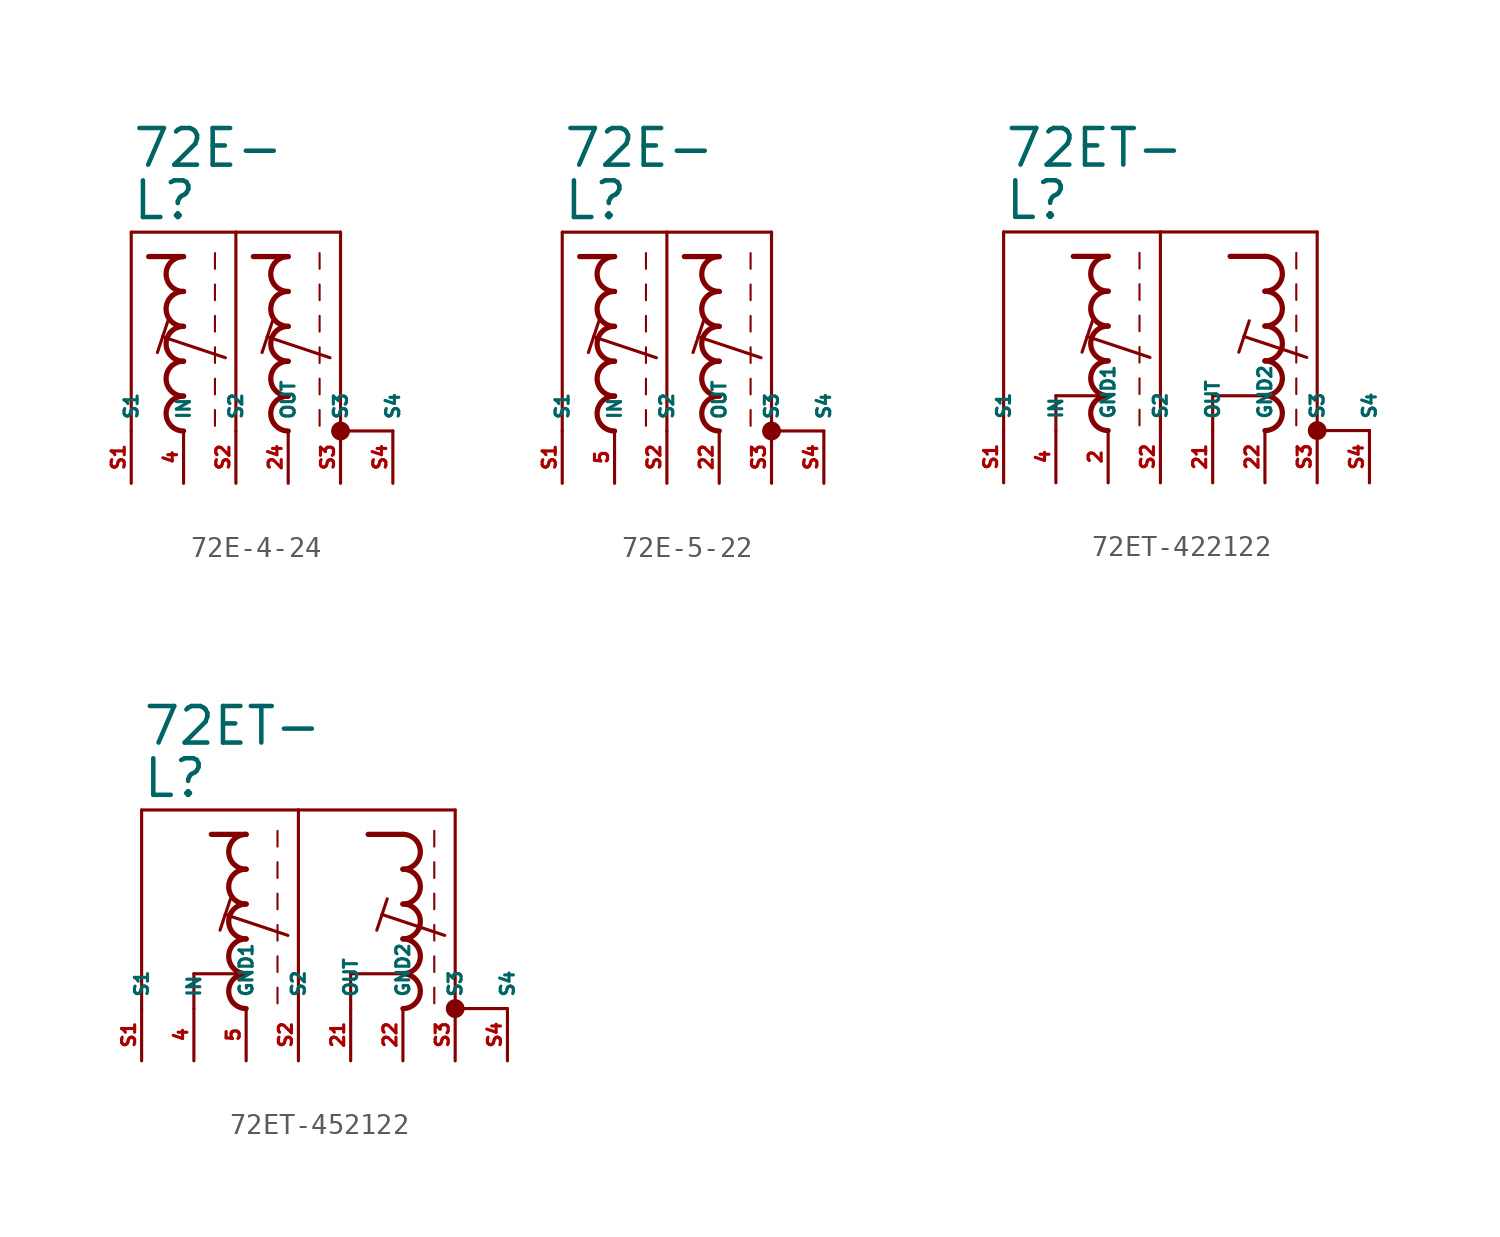
<source format=kicad_sym>
(kicad_symbol_lib
  (version 20220914)
  (generator kicad_symbol_editor)
  (symbol "72E-4-24"
    (property "Reference" "L"
      (at -5.08 7.62 0)
      (effects (font (size 1.778 1.778) (thickness 0.22)) (justify left bottom)))
    (property "Value" "72E-"
      (at -5.08 10.16 0)
      (effects (font (size 1.778 1.778) (thickness 0.22)) (justify left bottom)))
    (symbol "72E-4-24_1_1"
      (arc (start -2.54 -0.8466) (mid -3.3864 -1.6933) (end -2.54 -2.54) (stroke (width 0.254) (type default)) (fill (type none)))
      (arc (start -2.54 0.8466) (mid -3.3862 0) (end -2.54 -0.8466) (stroke (width 0.254) (type default)) (fill (type none)))
      (arc (start -2.54 2.54) (mid -3.3864 1.6933) (end -2.54 0.8466) (stroke (width 0.254) (type default)) (fill (type none)))
      (arc (start -2.54 4.2334) (mid -3.3864 3.3867) (end -2.54 2.54) (stroke (width 0.254) (type default)) (fill (type none)))
      (arc (start -2.54 5.9266) (mid -3.3862 5.08) (end -2.54 4.2334) (stroke (width 0.254) (type default)) (fill (type none)))
      (polyline (pts (xy -5.08 -2.54) (xy -5.08 7.112)) (stroke (width 0.152) (type default)) (fill (type none)))
      (polyline (pts (xy -5.08 7.112) (xy 0 7.112)) (stroke (width 0.152) (type default)) (fill (type none)))
      (polyline (pts (xy -3.556 2.032) (xy -3.81 1.27)) (stroke (width 0.152) (type default)) (fill (type none)))
      (polyline (pts (xy -3.302 2.794) (xy -3.556 2.032)) (stroke (width 0.152) (type default)) (fill (type none)))
      (polyline (pts (xy -2.54 5.927) (xy -4.233 5.927)) (stroke (width 0.254) (type default)) (fill (type none)))
      (polyline (pts (xy -1.016 -1.524) (xy -1.016 -2.286)) (stroke (width 0.102) (type default)) (fill (type none)))
      (polyline (pts (xy -1.016 0) (xy -1.016 -0.762)) (stroke (width 0.102) (type default)) (fill (type none)))
      (polyline (pts (xy -1.016 1.524) (xy -1.016 0.762)) (stroke (width 0.102) (type default)) (fill (type none)))
      (polyline (pts (xy -1.016 3.048) (xy -1.016 2.286)) (stroke (width 0.102) (type default)) (fill (type none)))
      (polyline (pts (xy -1.016 4.572) (xy -1.016 3.81)) (stroke (width 0.102) (type default)) (fill (type none)))
      (polyline (pts (xy -1.016 6.096) (xy -1.016 5.334)) (stroke (width 0.102) (type default)) (fill (type none)))
      (polyline (pts (xy -0.508 1.016) (xy -3.556 2.032)) (stroke (width 0.152) (type default)) (fill (type none)))
      (polyline (pts (xy 0 7.112) (xy 0 -2.54)) (stroke (width 0.152) (type default)) (fill (type none)))
      (polyline (pts (xy 0 7.112) (xy 5.08 7.112)) (stroke (width 0.152) (type default)) (fill (type none)))
      (polyline (pts (xy 1.524 2.032) (xy 1.27 1.27)) (stroke (width 0.152) (type default)) (fill (type none)))
      (polyline (pts (xy 1.778 2.794) (xy 1.524 2.032)) (stroke (width 0.152) (type default)) (fill (type none)))
      (polyline (pts (xy 2.54 5.927) (xy 0.847 5.927)) (stroke (width 0.254) (type default)) (fill (type none)))
      (polyline (pts (xy 4.064 -1.524) (xy 4.064 -2.286)) (stroke (width 0.102) (type default)) (fill (type none)))
      (polyline (pts (xy 4.064 0) (xy 4.064 -0.762)) (stroke (width 0.102) (type default)) (fill (type none)))
      (polyline (pts (xy 4.064 1.524) (xy 4.064 0.762)) (stroke (width 0.102) (type default)) (fill (type none)))
      (polyline (pts (xy 4.064 3.048) (xy 4.064 2.286)) (stroke (width 0.102) (type default)) (fill (type none)))
      (polyline (pts (xy 4.064 4.572) (xy 4.064 3.81)) (stroke (width 0.102) (type default)) (fill (type none)))
      (polyline (pts (xy 4.064 6.096) (xy 4.064 5.334)) (stroke (width 0.102) (type default)) (fill (type none)))
      (polyline (pts (xy 4.572 1.016) (xy 1.524 2.032)) (stroke (width 0.152) (type default)) (fill (type none)))
      (polyline (pts (xy 5.08 7.112) (xy 5.08 -2.54)) (stroke (width 0.152) (type default)) (fill (type none)))
      (polyline (pts (xy 7.62 -2.54) (xy 5.08 -2.54)) (stroke (width 0.152) (type default)) (fill (type none)))
      (arc (start 2.54 -0.8466) (mid 1.6936 -1.6933) (end 2.54 -2.54) (stroke (width 0.254) (type default)) (fill (type none)))
      (arc (start 2.54 0.8466) (mid 1.6938 0) (end 2.54 -0.8466) (stroke (width 0.254) (type default)) (fill (type none)))
      (arc (start 2.54 2.54) (mid 1.6936 1.6933) (end 2.54 0.8466) (stroke (width 0.254) (type default)) (fill (type none)))
      (arc (start 2.54 4.2334) (mid 1.6936 3.3867) (end 2.54 2.54) (stroke (width 0.254) (type default)) (fill (type none)))
      (arc (start 2.54 5.9266) (mid 1.6938 5.08) (end 2.54 4.2334) (stroke (width 0.254) (type default)) (fill (type none)))
      (circle (center 5.08 -2.54) (radius 0.254) (stroke (width 0.406) (type default)) (fill (type none)))
      (pin passive line (at 2.54 -5.08 90) (length 2.54) (name "OUT" (effects (font (size 0.635 0.635)))) (number "24" (effects (font (size 0.635 0.635)))))
      (pin passive line (at -2.54 -5.08 90) (length 2.54) (name "IN" (effects (font (size 0.635 0.635)))) (number "4" (effects (font (size 0.635 0.635)))))
      (pin passive line (at -5.08 -5.08 90) (length 2.54) (name "S1" (effects (font (size 0.635 0.635)))) (number "S1" (effects (font (size 0.635 0.635)))))
      (pin passive line (at 0 -5.08 90) (length 2.54) (name "S2" (effects (font (size 0.635 0.635)))) (number "S2" (effects (font (size 0.635 0.635)))))
      (pin passive line (at 5.08 -5.08 90) (length 2.54) (name "S3" (effects (font (size 0.635 0.635)))) (number "S3" (effects (font (size 0.635 0.635)))))
      (pin passive line (at 7.62 -5.08 90) (length 2.54) (name "S4" (effects (font (size 0.635 0.635)))) (number "S4" (effects (font (size 0.635 0.635)))))))
  (symbol "72E-5-22"
    (property "Reference" "L"
      (at -5.08 7.62 0)
      (effects (font (size 1.778 1.778) (thickness 0.22)) (justify left bottom)))
    (property "Value" "72E-"
      (at -5.08 10.16 0)
      (effects (font (size 1.778 1.778) (thickness 0.22)) (justify left bottom)))
    (symbol "72E-5-22_1_1"
      (arc (start -2.54 -0.8466) (mid -3.3864 -1.6933) (end -2.54 -2.54) (stroke (width 0.254) (type default)) (fill (type none)))
      (arc (start -2.54 0.8466) (mid -3.3862 0) (end -2.54 -0.8466) (stroke (width 0.254) (type default)) (fill (type none)))
      (arc (start -2.54 2.54) (mid -3.3864 1.6933) (end -2.54 0.8466) (stroke (width 0.254) (type default)) (fill (type none)))
      (arc (start -2.54 4.2334) (mid -3.3864 3.3867) (end -2.54 2.54) (stroke (width 0.254) (type default)) (fill (type none)))
      (arc (start -2.54 5.9266) (mid -3.3862 5.08) (end -2.54 4.2334) (stroke (width 0.254) (type default)) (fill (type none)))
      (polyline (pts (xy -5.08 -2.54) (xy -5.08 7.112)) (stroke (width 0.152) (type default)) (fill (type none)))
      (polyline (pts (xy -5.08 7.112) (xy 0 7.112)) (stroke (width 0.152) (type default)) (fill (type none)))
      (polyline (pts (xy -3.556 2.032) (xy -3.81 1.27)) (stroke (width 0.152) (type default)) (fill (type none)))
      (polyline (pts (xy -3.302 2.794) (xy -3.556 2.032)) (stroke (width 0.152) (type default)) (fill (type none)))
      (polyline (pts (xy -2.54 5.927) (xy -4.233 5.927)) (stroke (width 0.254) (type default)) (fill (type none)))
      (polyline (pts (xy -1.016 -1.524) (xy -1.016 -2.286)) (stroke (width 0.102) (type default)) (fill (type none)))
      (polyline (pts (xy -1.016 0) (xy -1.016 -0.762)) (stroke (width 0.102) (type default)) (fill (type none)))
      (polyline (pts (xy -1.016 1.524) (xy -1.016 0.762)) (stroke (width 0.102) (type default)) (fill (type none)))
      (polyline (pts (xy -1.016 3.048) (xy -1.016 2.286)) (stroke (width 0.102) (type default)) (fill (type none)))
      (polyline (pts (xy -1.016 4.572) (xy -1.016 3.81)) (stroke (width 0.102) (type default)) (fill (type none)))
      (polyline (pts (xy -1.016 6.096) (xy -1.016 5.334)) (stroke (width 0.102) (type default)) (fill (type none)))
      (polyline (pts (xy -0.508 1.016) (xy -3.556 2.032)) (stroke (width 0.152) (type default)) (fill (type none)))
      (polyline (pts (xy 0 7.112) (xy 0 -2.54)) (stroke (width 0.152) (type default)) (fill (type none)))
      (polyline (pts (xy 0 7.112) (xy 5.08 7.112)) (stroke (width 0.152) (type default)) (fill (type none)))
      (polyline (pts (xy 1.524 2.032) (xy 1.27 1.27)) (stroke (width 0.152) (type default)) (fill (type none)))
      (polyline (pts (xy 1.778 2.794) (xy 1.524 2.032)) (stroke (width 0.152) (type default)) (fill (type none)))
      (polyline (pts (xy 2.54 5.927) (xy 0.847 5.927)) (stroke (width 0.254) (type default)) (fill (type none)))
      (polyline (pts (xy 4.064 -1.524) (xy 4.064 -2.286)) (stroke (width 0.102) (type default)) (fill (type none)))
      (polyline (pts (xy 4.064 0) (xy 4.064 -0.762)) (stroke (width 0.102) (type default)) (fill (type none)))
      (polyline (pts (xy 4.064 1.524) (xy 4.064 0.762)) (stroke (width 0.102) (type default)) (fill (type none)))
      (polyline (pts (xy 4.064 3.048) (xy 4.064 2.286)) (stroke (width 0.102) (type default)) (fill (type none)))
      (polyline (pts (xy 4.064 4.572) (xy 4.064 3.81)) (stroke (width 0.102) (type default)) (fill (type none)))
      (polyline (pts (xy 4.064 6.096) (xy 4.064 5.334)) (stroke (width 0.102) (type default)) (fill (type none)))
      (polyline (pts (xy 4.572 1.016) (xy 1.524 2.032)) (stroke (width 0.152) (type default)) (fill (type none)))
      (polyline (pts (xy 5.08 7.112) (xy 5.08 -2.54)) (stroke (width 0.152) (type default)) (fill (type none)))
      (polyline (pts (xy 7.62 -2.54) (xy 5.08 -2.54)) (stroke (width 0.152) (type default)) (fill (type none)))
      (arc (start 2.54 -0.8466) (mid 1.6936 -1.6933) (end 2.54 -2.54) (stroke (width 0.254) (type default)) (fill (type none)))
      (arc (start 2.54 0.8466) (mid 1.6938 0) (end 2.54 -0.8466) (stroke (width 0.254) (type default)) (fill (type none)))
      (arc (start 2.54 2.54) (mid 1.6936 1.6933) (end 2.54 0.8466) (stroke (width 0.254) (type default)) (fill (type none)))
      (arc (start 2.54 4.2334) (mid 1.6936 3.3867) (end 2.54 2.54) (stroke (width 0.254) (type default)) (fill (type none)))
      (arc (start 2.54 5.9266) (mid 1.6938 5.08) (end 2.54 4.2334) (stroke (width 0.254) (type default)) (fill (type none)))
      (circle (center 5.08 -2.54) (radius 0.254) (stroke (width 0.406) (type default)) (fill (type none)))
      (pin passive line (at 2.54 -5.08 90) (length 2.54) (name "OUT" (effects (font (size 0.635 0.635)))) (number "22" (effects (font (size 0.635 0.635)))))
      (pin passive line (at -2.54 -5.08 90) (length 2.54) (name "IN" (effects (font (size 0.635 0.635)))) (number "5" (effects (font (size 0.635 0.635)))))
      (pin passive line (at -5.08 -5.08 90) (length 2.54) (name "S1" (effects (font (size 0.635 0.635)))) (number "S1" (effects (font (size 0.635 0.635)))))
      (pin passive line (at 0 -5.08 90) (length 2.54) (name "S2" (effects (font (size 0.635 0.635)))) (number "S2" (effects (font (size 0.635 0.635)))))
      (pin passive line (at 5.08 -5.08 90) (length 2.54) (name "S3" (effects (font (size 0.635 0.635)))) (number "S3" (effects (font (size 0.635 0.635)))))
      (pin passive line (at 7.62 -5.08 90) (length 2.54) (name "S4" (effects (font (size 0.635 0.635)))) (number "S4" (effects (font (size 0.635 0.635)))))))
  (symbol "72ET-422122"
    (property "Reference" "L"
      (at -7.62 7.62 0)
      (effects (font (size 1.778 1.778) (thickness 0.22)) (justify left bottom)))
    (property "Value" "72ET-"
      (at -7.62 10.16 0)
      (effects (font (size 1.778 1.778) (thickness 0.22)) (justify left bottom)))
    (symbol "72ET-422122_1_1"
      (arc (start -2.54 -0.8466) (mid -3.3864 -1.6933) (end -2.54 -2.54) (stroke (width 0.254) (type default)) (fill (type none)))
      (arc (start -2.54 0.8466) (mid -3.3862 0) (end -2.54 -0.8466) (stroke (width 0.254) (type default)) (fill (type none)))
      (arc (start -2.54 2.54) (mid -3.3864 1.6933) (end -2.54 0.8466) (stroke (width 0.254) (type default)) (fill (type none)))
      (arc (start -2.54 4.2334) (mid -3.3864 3.3867) (end -2.54 2.54) (stroke (width 0.254) (type default)) (fill (type none)))
      (arc (start -2.54 5.9266) (mid -3.3862 5.08) (end -2.54 4.2334) (stroke (width 0.254) (type default)) (fill (type none)))
      (polyline (pts (xy -7.62 -2.54) (xy -7.62 7.112)) (stroke (width 0.152) (type default)) (fill (type none)))
      (polyline (pts (xy -7.62 7.112) (xy 0 7.112)) (stroke (width 0.152) (type default)) (fill (type none)))
      (polyline (pts (xy -5.08 -2.54) (xy -5.08 -0.847)) (stroke (width 0.152) (type default)) (fill (type none)))
      (polyline (pts (xy -5.08 -0.847) (xy -2.54 -0.847)) (stroke (width 0.152) (type default)) (fill (type none)))
      (polyline (pts (xy -3.556 2.032) (xy -3.81 1.27)) (stroke (width 0.152) (type default)) (fill (type none)))
      (polyline (pts (xy -3.302 2.794) (xy -3.556 2.032)) (stroke (width 0.152) (type default)) (fill (type none)))
      (polyline (pts (xy -2.54 5.927) (xy -4.233 5.927)) (stroke (width 0.254) (type default)) (fill (type none)))
      (polyline (pts (xy -1.016 -1.524) (xy -1.016 -2.286)) (stroke (width 0.102) (type default)) (fill (type none)))
      (polyline (pts (xy -1.016 0) (xy -1.016 -0.762)) (stroke (width 0.102) (type default)) (fill (type none)))
      (polyline (pts (xy -1.016 1.524) (xy -1.016 0.762)) (stroke (width 0.102) (type default)) (fill (type none)))
      (polyline (pts (xy -1.016 3.048) (xy -1.016 2.286)) (stroke (width 0.102) (type default)) (fill (type none)))
      (polyline (pts (xy -1.016 4.572) (xy -1.016 3.81)) (stroke (width 0.102) (type default)) (fill (type none)))
      (polyline (pts (xy -1.016 6.096) (xy -1.016 5.334)) (stroke (width 0.102) (type default)) (fill (type none)))
      (polyline (pts (xy -0.508 1.016) (xy -3.556 2.032)) (stroke (width 0.152) (type default)) (fill (type none)))
      (polyline (pts (xy 0 7.112) (xy 0 -2.54)) (stroke (width 0.152) (type default)) (fill (type none)))
      (polyline (pts (xy 0 7.112) (xy 7.62 7.112)) (stroke (width 0.152) (type default)) (fill (type none)))
      (polyline (pts (xy 2.54 -2.54) (xy 2.54 -0.847)) (stroke (width 0.152) (type default)) (fill (type none)))
      (polyline (pts (xy 2.54 -0.847) (xy 5.08 -0.847)) (stroke (width 0.152) (type default)) (fill (type none)))
      (polyline (pts (xy 4.064 2.032) (xy 3.81 1.27)) (stroke (width 0.152) (type default)) (fill (type none)))
      (polyline (pts (xy 4.318 2.794) (xy 4.064 2.032)) (stroke (width 0.152) (type default)) (fill (type none)))
      (polyline (pts (xy 5.08 5.927) (xy 3.387 5.927)) (stroke (width 0.254) (type default)) (fill (type none)))
      (polyline (pts (xy 6.604 -1.524) (xy 6.604 -2.286)) (stroke (width 0.102) (type default)) (fill (type none)))
      (polyline (pts (xy 6.604 0) (xy 6.604 -0.762)) (stroke (width 0.102) (type default)) (fill (type none)))
      (polyline (pts (xy 6.604 1.524) (xy 6.604 0.762)) (stroke (width 0.102) (type default)) (fill (type none)))
      (polyline (pts (xy 6.604 3.048) (xy 6.604 2.286)) (stroke (width 0.102) (type default)) (fill (type none)))
      (polyline (pts (xy 6.604 4.572) (xy 6.604 3.81)) (stroke (width 0.102) (type default)) (fill (type none)))
      (polyline (pts (xy 6.604 6.096) (xy 6.604 5.334)) (stroke (width 0.102) (type default)) (fill (type none)))
      (polyline (pts (xy 7.112 1.016) (xy 4.064 2.032)) (stroke (width 0.152) (type default)) (fill (type none)))
      (polyline (pts (xy 7.62 7.112) (xy 7.62 -2.54)) (stroke (width 0.152) (type default)) (fill (type none)))
      (polyline (pts (xy 10.16 -2.54) (xy 7.62 -2.54)) (stroke (width 0.152) (type default)) (fill (type none)))
      (arc (start 5.08 -2.54) (mid 5.9231 -1.6933) (end 5.08 -0.8466) (stroke (width 0.254) (type default)) (fill (type none)))
      (arc (start 5.08 -0.8466) (mid 5.923 0) (end 5.08 0.8466) (stroke (width 0.254) (type default)) (fill (type none)))
      (arc (start 5.08 0.8466) (mid 5.9231 1.6933) (end 5.08 2.54) (stroke (width 0.254) (type default)) (fill (type none)))
      (arc (start 5.08 2.54) (mid 5.9231 3.3867) (end 5.08 4.2334) (stroke (width 0.254) (type default)) (fill (type none)))
      (arc (start 5.08 4.2334) (mid 5.923 5.08) (end 5.08 5.9266) (stroke (width 0.254) (type default)) (fill (type none)))
      (circle (center 7.62 -2.54) (radius 0.254) (stroke (width 0.406) (type default)) (fill (type none)))
      (pin passive line (at -2.54 -5.08 90) (length 2.54) (name "GND1" (effects (font (size 0.635 0.635)))) (number "2" (effects (font (size 0.635 0.635)))))
      (pin passive line (at 2.54 -5.08 90) (length 2.54) (name "OUT" (effects (font (size 0.635 0.635)))) (number "21" (effects (font (size 0.635 0.635)))))
      (pin passive line (at 5.08 -5.08 90) (length 2.54) (name "GND2" (effects (font (size 0.635 0.635)))) (number "22" (effects (font (size 0.635 0.635)))))
      (pin passive line (at -5.08 -5.08 90) (length 2.54) (name "IN" (effects (font (size 0.635 0.635)))) (number "4" (effects (font (size 0.635 0.635)))))
      (pin passive line (at -7.62 -5.08 90) (length 2.54) (name "S1" (effects (font (size 0.635 0.635)))) (number "S1" (effects (font (size 0.635 0.635)))))
      (pin passive line (at 0 -5.08 90) (length 2.54) (name "S2" (effects (font (size 0.635 0.635)))) (number "S2" (effects (font (size 0.635 0.635)))))
      (pin passive line (at 7.62 -5.08 90) (length 2.54) (name "S3" (effects (font (size 0.635 0.635)))) (number "S3" (effects (font (size 0.635 0.635)))))
      (pin passive line (at 10.16 -5.08 90) (length 2.54) (name "S4" (effects (font (size 0.635 0.635)))) (number "S4" (effects (font (size 0.635 0.635)))))))
  (symbol "72ET-452122"
    (property "Reference" "L"
      (at -7.62 7.62 0)
      (effects (font (size 1.778 1.778) (thickness 0.22)) (justify left bottom)))
    (property "Value" "72ET-"
      (at -7.62 10.16 0)
      (effects (font (size 1.778 1.778) (thickness 0.22)) (justify left bottom)))
    (symbol "72ET-452122_1_1"
      (arc (start -2.54 -0.8466) (mid -3.3864 -1.6933) (end -2.54 -2.54) (stroke (width 0.254) (type default)) (fill (type none)))
      (arc (start -2.54 0.8466) (mid -3.3862 0) (end -2.54 -0.8466) (stroke (width 0.254) (type default)) (fill (type none)))
      (arc (start -2.54 2.54) (mid -3.3864 1.6933) (end -2.54 0.8466) (stroke (width 0.254) (type default)) (fill (type none)))
      (arc (start -2.54 4.2334) (mid -3.3864 3.3867) (end -2.54 2.54) (stroke (width 0.254) (type default)) (fill (type none)))
      (arc (start -2.54 5.9266) (mid -3.3862 5.08) (end -2.54 4.2334) (stroke (width 0.254) (type default)) (fill (type none)))
      (polyline (pts (xy -7.62 -2.54) (xy -7.62 7.112)) (stroke (width 0.152) (type default)) (fill (type none)))
      (polyline (pts (xy -7.62 7.112) (xy 0 7.112)) (stroke (width 0.152) (type default)) (fill (type none)))
      (polyline (pts (xy -5.08 -2.54) (xy -5.08 -0.847)) (stroke (width 0.152) (type default)) (fill (type none)))
      (polyline (pts (xy -5.08 -0.847) (xy -2.54 -0.847)) (stroke (width 0.152) (type default)) (fill (type none)))
      (polyline (pts (xy -3.556 2.032) (xy -3.81 1.27)) (stroke (width 0.152) (type default)) (fill (type none)))
      (polyline (pts (xy -3.302 2.794) (xy -3.556 2.032)) (stroke (width 0.152) (type default)) (fill (type none)))
      (polyline (pts (xy -2.54 5.927) (xy -4.233 5.927)) (stroke (width 0.254) (type default)) (fill (type none)))
      (polyline (pts (xy -1.016 -1.524) (xy -1.016 -2.286)) (stroke (width 0.102) (type default)) (fill (type none)))
      (polyline (pts (xy -1.016 0) (xy -1.016 -0.762)) (stroke (width 0.102) (type default)) (fill (type none)))
      (polyline (pts (xy -1.016 1.524) (xy -1.016 0.762)) (stroke (width 0.102) (type default)) (fill (type none)))
      (polyline (pts (xy -1.016 3.048) (xy -1.016 2.286)) (stroke (width 0.102) (type default)) (fill (type none)))
      (polyline (pts (xy -1.016 4.572) (xy -1.016 3.81)) (stroke (width 0.102) (type default)) (fill (type none)))
      (polyline (pts (xy -1.016 6.096) (xy -1.016 5.334)) (stroke (width 0.102) (type default)) (fill (type none)))
      (polyline (pts (xy -0.508 1.016) (xy -3.556 2.032)) (stroke (width 0.152) (type default)) (fill (type none)))
      (polyline (pts (xy 0 7.112) (xy 0 -2.54)) (stroke (width 0.152) (type default)) (fill (type none)))
      (polyline (pts (xy 0 7.112) (xy 7.62 7.112)) (stroke (width 0.152) (type default)) (fill (type none)))
      (polyline (pts (xy 2.54 -2.54) (xy 2.54 -0.847)) (stroke (width 0.152) (type default)) (fill (type none)))
      (polyline (pts (xy 2.54 -0.847) (xy 5.08 -0.847)) (stroke (width 0.152) (type default)) (fill (type none)))
      (polyline (pts (xy 4.064 2.032) (xy 3.81 1.27)) (stroke (width 0.152) (type default)) (fill (type none)))
      (polyline (pts (xy 4.318 2.794) (xy 4.064 2.032)) (stroke (width 0.152) (type default)) (fill (type none)))
      (polyline (pts (xy 5.08 5.927) (xy 3.387 5.927)) (stroke (width 0.254) (type default)) (fill (type none)))
      (polyline (pts (xy 6.604 -1.524) (xy 6.604 -2.286)) (stroke (width 0.102) (type default)) (fill (type none)))
      (polyline (pts (xy 6.604 0) (xy 6.604 -0.762)) (stroke (width 0.102) (type default)) (fill (type none)))
      (polyline (pts (xy 6.604 1.524) (xy 6.604 0.762)) (stroke (width 0.102) (type default)) (fill (type none)))
      (polyline (pts (xy 6.604 3.048) (xy 6.604 2.286)) (stroke (width 0.102) (type default)) (fill (type none)))
      (polyline (pts (xy 6.604 4.572) (xy 6.604 3.81)) (stroke (width 0.102) (type default)) (fill (type none)))
      (polyline (pts (xy 6.604 6.096) (xy 6.604 5.334)) (stroke (width 0.102) (type default)) (fill (type none)))
      (polyline (pts (xy 7.112 1.016) (xy 4.064 2.032)) (stroke (width 0.152) (type default)) (fill (type none)))
      (polyline (pts (xy 7.62 7.112) (xy 7.62 -2.54)) (stroke (width 0.152) (type default)) (fill (type none)))
      (polyline (pts (xy 10.16 -2.54) (xy 7.62 -2.54)) (stroke (width 0.152) (type default)) (fill (type none)))
      (arc (start 5.08 -2.54) (mid 5.9231 -1.6933) (end 5.08 -0.8466) (stroke (width 0.254) (type default)) (fill (type none)))
      (arc (start 5.08 -0.8466) (mid 5.923 0) (end 5.08 0.8466) (stroke (width 0.254) (type default)) (fill (type none)))
      (arc (start 5.08 0.8466) (mid 5.9231 1.6933) (end 5.08 2.54) (stroke (width 0.254) (type default)) (fill (type none)))
      (arc (start 5.08 2.54) (mid 5.9231 3.3867) (end 5.08 4.2334) (stroke (width 0.254) (type default)) (fill (type none)))
      (arc (start 5.08 4.2334) (mid 5.923 5.08) (end 5.08 5.9266) (stroke (width 0.254) (type default)) (fill (type none)))
      (circle (center 7.62 -2.54) (radius 0.254) (stroke (width 0.406) (type default)) (fill (type none)))
      (pin passive line (at 2.54 -5.08 90) (length 2.54) (name "OUT" (effects (font (size 0.635 0.635)))) (number "21" (effects (font (size 0.635 0.635)))))
      (pin passive line (at 5.08 -5.08 90) (length 2.54) (name "GND2" (effects (font (size 0.635 0.635)))) (number "22" (effects (font (size 0.635 0.635)))))
      (pin passive line (at -5.08 -5.08 90) (length 2.54) (name "IN" (effects (font (size 0.635 0.635)))) (number "4" (effects (font (size 0.635 0.635)))))
      (pin passive line (at -2.54 -5.08 90) (length 2.54) (name "GND1" (effects (font (size 0.635 0.635)))) (number "5" (effects (font (size 0.635 0.635)))))
      (pin passive line (at -7.62 -5.08 90) (length 2.54) (name "S1" (effects (font (size 0.635 0.635)))) (number "S1" (effects (font (size 0.635 0.635)))))
      (pin passive line (at 0 -5.08 90) (length 2.54) (name "S2" (effects (font (size 0.635 0.635)))) (number "S2" (effects (font (size 0.635 0.635)))))
      (pin passive line (at 7.62 -5.08 90) (length 2.54) (name "S3" (effects (font (size 0.635 0.635)))) (number "S3" (effects (font (size 0.635 0.635)))))
      (pin passive line (at 10.16 -5.08 90) (length 2.54) (name "S4" (effects (font (size 0.635 0.635)))) (number "S4" (effects (font (size 0.635 0.635))))))))
</source>
